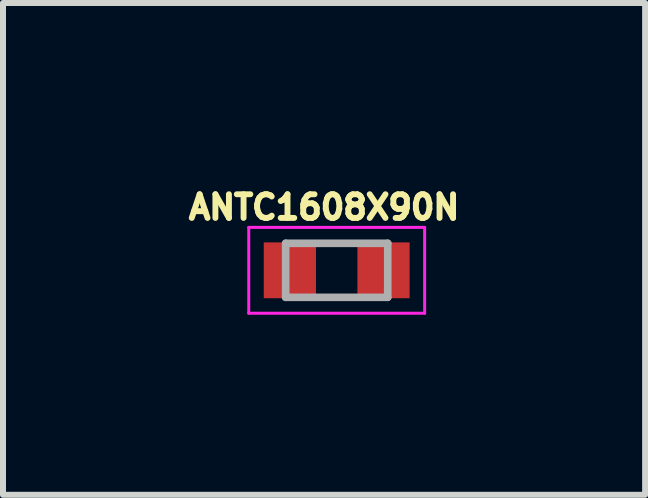
<source format=kicad_pcb>
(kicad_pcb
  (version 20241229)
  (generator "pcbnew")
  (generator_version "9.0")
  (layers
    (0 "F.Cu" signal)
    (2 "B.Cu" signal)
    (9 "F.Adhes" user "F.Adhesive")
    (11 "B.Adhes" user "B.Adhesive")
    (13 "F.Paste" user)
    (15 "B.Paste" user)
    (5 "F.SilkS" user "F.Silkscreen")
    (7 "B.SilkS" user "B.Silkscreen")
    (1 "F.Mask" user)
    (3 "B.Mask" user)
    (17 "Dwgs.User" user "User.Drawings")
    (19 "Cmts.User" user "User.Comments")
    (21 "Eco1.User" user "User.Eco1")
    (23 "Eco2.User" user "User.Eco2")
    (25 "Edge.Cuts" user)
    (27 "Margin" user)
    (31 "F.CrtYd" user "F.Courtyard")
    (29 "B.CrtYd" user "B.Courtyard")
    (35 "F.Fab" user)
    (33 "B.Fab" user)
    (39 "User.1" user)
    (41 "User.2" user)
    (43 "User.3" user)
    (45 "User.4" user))
  (footprint "ANTC1608X90N"
    (layer "F.Cu")
    (at 2.559 1.453)
    (property "Reference" "ANTC1608X90N" (at -0.21 -1.05 0) (layer "F.SilkS") (effects (font (size 0.394 0.394) (thickness 0.15))))
    (attr smd)
    (fp_line (start -1.465 -0.715) (end 1.465 -0.715) (stroke (width 0.05) (type solid)) (layer "F.CrtYd"))
    (fp_line (start -1.465 0.715) (end -1.465 -0.715) (stroke (width 0.05) (type solid)) (layer "F.CrtYd"))
    (fp_line (start -1.465 0.715) (end 1.465 0.715) (stroke (width 0.05) (type solid)) (layer "F.CrtYd"))
    (fp_line (start 1.465 0.715) (end 1.465 -0.715) (stroke (width 0.05) (type solid)) (layer "F.CrtYd"))
    (fp_line (start -0.85 0.45) (end -0.85 -0.45) (stroke (width 0.127) (type solid)) (layer "F.Fab"))
    (fp_line (start 0.85 -0.45) (end -0.85 -0.45) (stroke (width 0.127) (type solid)) (layer "F.Fab"))
    (fp_line (start 0.85 0.45) (end -0.85 0.45) (stroke (width 0.127) (type solid)) (layer "F.Fab"))
    (fp_line (start 0.85 0.45) (end 0.85 -0.45) (stroke (width 0.127) (type solid)) (layer "F.Fab"))
    (pad "1" smd rect (at -0.78 0) (size 0.87 0.93) (layers "F.Cu" "F.Mask" "F.Paste"))
    (pad "2" smd rect (at 0.78 0) (size 0.87 0.93) (layers "F.Cu" "F.Mask" "F.Paste")))
  (gr_rect
    (start -3 -3)
    (end 7.697 5.193)
    (stroke (width 0.1) (type default))
    (fill no)
    (layer "Edge.Cuts")))
</source>
